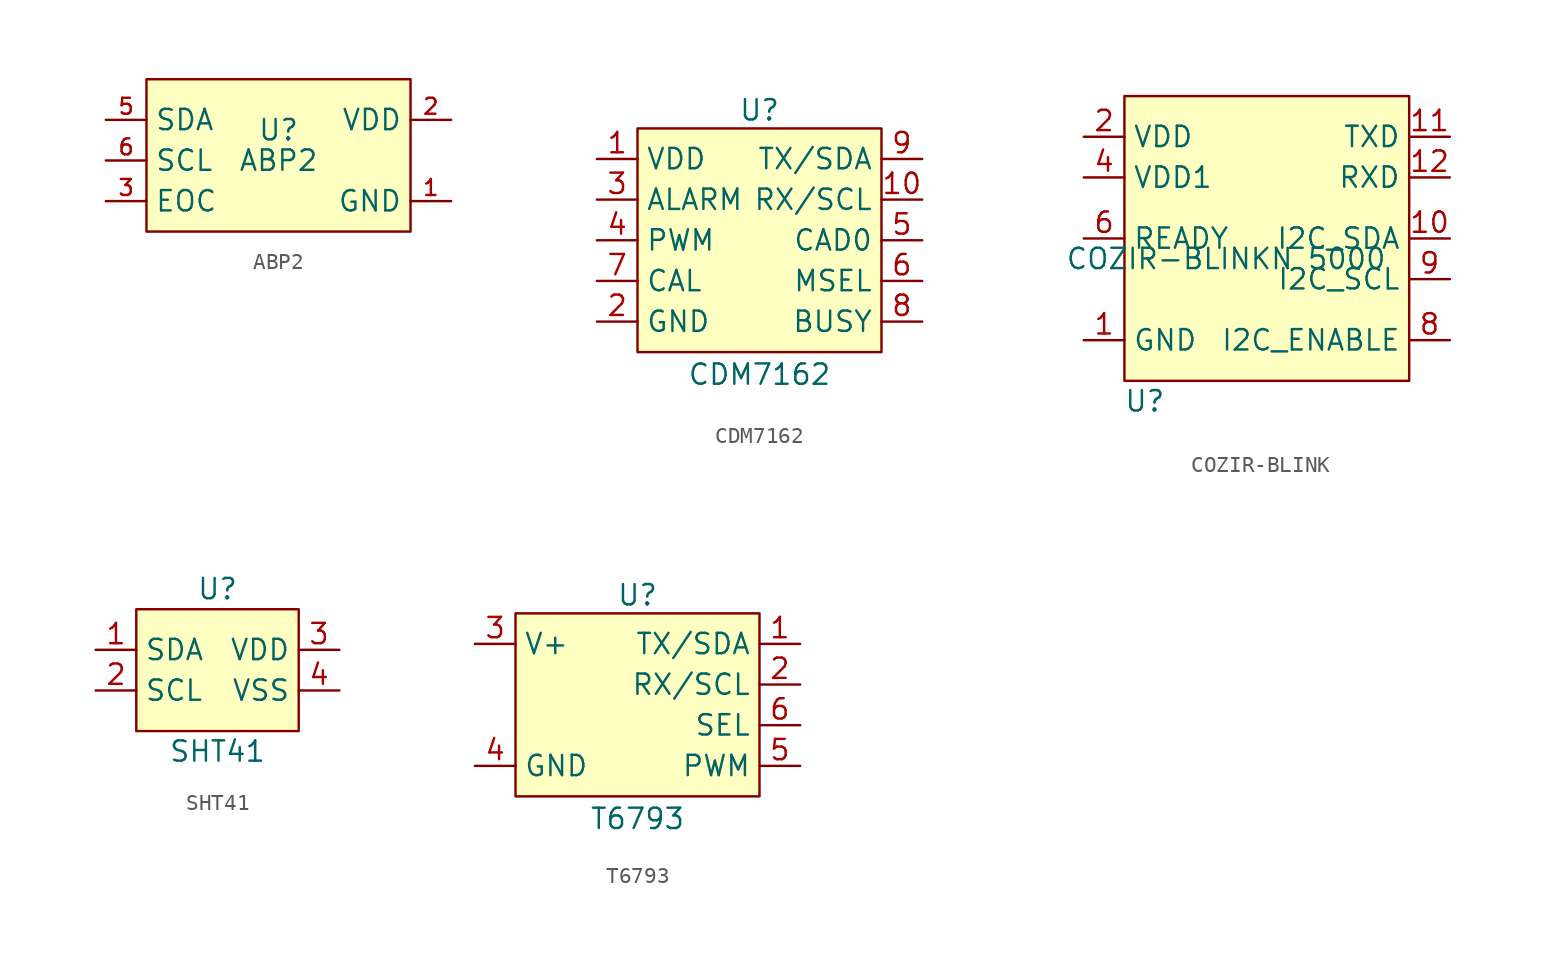
<source format=kicad_sym>
(kicad_symbol_lib
  (version 20231120)
  (generator "kicad_symbol_editor")
  (generator_version "8.0")
  (symbol "ABP2"
    (property "Reference" "U"
      (at 0 1.905 0)
      (effects (font (size 1.27 1.27))))
    (property "Value" "ABP2"
      (at 0 0 0)
      (effects (font (size 1.27 1.27))))
    (symbol "ABP2_1_1"
      (rectangle (start -8.255 5.08) (end 8.255 -4.445) (stroke (width 0) (type default)) (fill (type background)))
      (pin power_in line (at 10.795 -2.54 180) (length 2.54) (name "GND" (effects (font (size 1.27 1.27)))) (number "1" (effects (font (size 1 1)))))
      (pin power_in line (at 10.795 2.54 180) (length 2.54) (name "VDD" (effects (font (size 1.27 1.27)))) (number "2" (effects (font (size 1 1)))))
      (pin output line (at -10.795 -2.54 0) (length 2.54) (name "EOC" (effects (font (size 1.27 1.27)))) (number "3" (effects (font (size 1 1)))))
      (pin bidirectional line (at -10.795 2.54 0) (length 2.54) (name "SDA" (effects (font (size 1.27 1.27)))) (number "5" (effects (font (size 1 1)))))
      (pin input line (at -10.795 0 0) (length 2.54) (name "SCL" (effects (font (size 1.27 1.27)))) (number "6" (effects (font (size 1 1)))))))
  (symbol "CDM7162"
    (property "Reference" "U"
      (at 0 8.128 0)
      (effects (font (size 1.27 1.27))))
    (property "Value" "CDM7162"
      (at 0 -8.382 0)
      (effects (font (size 1.27 1.27))))
    (symbol "CDM7162_1_1"
      (rectangle (start -7.62 6.985) (end 7.62 -6.985) (stroke (width 0) (type default)) (fill (type background)))
      (pin power_in line (at -10.16 5.08 0) (length 2.54) (name "VDD" (effects (font (size 1.27 1.27)))) (number "1" (effects (font (size 1.27 1.27)))))
      (pin input line (at 10.16 2.54 180) (length 2.54) (name "RX/SCL" (effects (font (size 1.27 1.27)))) (number "10" (effects (font (size 1.27 1.27)))))
      (pin power_in line (at -10.16 -5.08 0) (length 2.54) (name "GND" (effects (font (size 1.27 1.27)))) (number "2" (effects (font (size 1.27 1.27)))))
      (pin output line (at -10.16 2.54 0) (length 2.54) (name "ALARM" (effects (font (size 1.27 1.27)))) (number "3" (effects (font (size 1.27 1.27)))))
      (pin output line (at -10.16 0 0) (length 2.54) (name "PWM" (effects (font (size 1.27 1.27)))) (number "4" (effects (font (size 1.27 1.27)))))
      (pin input line (at 10.16 0 180) (length 2.54) (name "CAD0" (effects (font (size 1.27 1.27)))) (number "5" (effects (font (size 1.27 1.27)))))
      (pin input line (at 10.16 -2.54 180) (length 2.54) (name "MSEL" (effects (font (size 1.27 1.27)))) (number "6" (effects (font (size 1.27 1.27)))))
      (pin input line (at -10.16 -2.54 0) (length 2.54) (name "CAL" (effects (font (size 1.27 1.27)))) (number "7" (effects (font (size 1.27 1.27)))))
      (pin output line (at 10.16 -5.08 180) (length 2.54) (name "BUSY" (effects (font (size 1.27 1.27)))) (number "8" (effects (font (size 1.27 1.27)))))
      (pin bidirectional line (at 10.16 5.08 180) (length 2.54) (name "TX/SDA" (effects (font (size 1.27 1.27)))) (number "9" (effects (font (size 1.27 1.27)))))))
  (symbol "COZIR-BLINK"
    (property "Reference" "U"
      (at -7.62 -10.16 0)
      (effects (font (size 1.27 1.27))))
    (property "Value" "COZIR-BLINKN 5000"
      (at -2.54 -1.27 0)
      (effects (font (size 1.27 1.27))))
    (symbol "COZIR-BLINK_1_1"
      (rectangle (start -8.89 8.89) (end 8.89 -8.89) (stroke (width 0) (type default)) (fill (type background)))
      (pin power_in line (at -11.43 -6.35 0) (length 2.54) (name "GND" (effects (font (size 1.27 1.27)))) (number "1" (effects (font (size 1.27 1.27)))))
      (pin open_collector line (at 11.43 0 180) (length 2.54) (name "I2C_SDA" (effects (font (size 1.27 1.27)))) (number "10" (effects (font (size 1.27 1.27)))))
      (pin output line (at 11.43 6.35 180) (length 2.54) (name "TXD" (effects (font (size 1.27 1.27)))) (number "11" (effects (font (size 1.27 1.27)))))
      (pin input line (at 11.43 3.81 180) (length 2.54) (name "RXD" (effects (font (size 1.27 1.27)))) (number "12" (effects (font (size 1.27 1.27)))))
      (pin power_in line (at -11.43 6.35 0) (length 2.54) (name "VDD" (effects (font (size 1.27 1.27)))) (number "2" (effects (font (size 1.27 1.27)))))
      (pin power_in line (at -11.43 3.81 0) (length 2.54) (name "VDD1" (effects (font (size 1.27 1.27)))) (number "4" (effects (font (size 1.27 1.27)))))
      (pin output line (at -11.43 0 0) (length 2.54) (name "READY" (effects (font (size 1.27 1.27)))) (number "6" (effects (font (size 1.27 1.27)))))
      (pin input line (at 11.43 -6.35 180) (length 2.54) (name "I2C_ENABLE" (effects (font (size 1.27 1.27)))) (number "8" (effects (font (size 1.27 1.27)))))
      (pin open_collector line (at 11.43 -2.54 180) (length 2.54) (name "I2C_SCL" (effects (font (size 1.27 1.27)))) (number "9" (effects (font (size 1.27 1.27)))))))
  (symbol "SHT41"
    (property "Reference" "U"
      (at 0 5.08 0)
      (effects (font (size 1.27 1.27))))
    (property "Value" "SHT41"
      (at 0 -5.08 0)
      (effects (font (size 1.27 1.27))))
    (symbol "SHT41_0_1"
      (rectangle (start -5.08 3.81) (end 5.08 -3.81) (stroke (width 0) (type default)) (fill (type background))))
    (symbol "SHT41_1_1"
      (pin bidirectional line (at -7.62 1.27 0) (length 2.54) (name "SDA" (effects (font (size 1.27 1.27)))) (number "1" (effects (font (size 1.27 1.27)))))
      (pin bidirectional line (at -7.62 -1.27 0) (length 2.54) (name "SCL" (effects (font (size 1.27 1.27)))) (number "2" (effects (font (size 1.27 1.27)))))
      (pin power_in line (at 7.62 1.27 180) (length 2.54) (name "VDD" (effects (font (size 1.27 1.27)))) (number "3" (effects (font (size 1.27 1.27)))))
      (pin power_in line (at 7.62 -1.27 180) (length 2.54) (name "VSS" (effects (font (size 1.27 1.27)))) (number "4" (effects (font (size 1.27 1.27)))))))
  (symbol "T6793"
    (property "Reference" "U"
      (at 0 6.858 0)
      (effects (font (size 1.27 1.27))))
    (property "Value" "T6793"
      (at 0 -7.112 0)
      (effects (font (size 1.27 1.27))))
    (symbol "T6793_1_1"
      (rectangle (start -7.62 5.715) (end 7.62 -5.715) (stroke (width 0) (type default)) (fill (type background)))
      (pin bidirectional line (at 10.16 3.81 180) (length 2.54) (name "TX/SDA" (effects (font (size 1.27 1.27)))) (number "1" (effects (font (size 1.27 1.27)))))
      (pin input line (at 10.16 1.27 180) (length 2.54) (name "RX/SCL" (effects (font (size 1.27 1.27)))) (number "2" (effects (font (size 1.27 1.27)))))
      (pin power_in line (at -10.16 3.81 0) (length 2.54) (name "V+" (effects (font (size 1.27 1.27)))) (number "3" (effects (font (size 1.27 1.27)))))
      (pin power_in line (at -10.16 -3.81 0) (length 2.54) (name "GND" (effects (font (size 1.27 1.27)))) (number "4" (effects (font (size 1.27 1.27)))))
      (pin output line (at 10.16 -3.81 180) (length 2.54) (name "PWM" (effects (font (size 1.27 1.27)))) (number "5" (effects (font (size 1.27 1.27)))))
      (pin input line (at 10.16 -1.27 180) (length 2.54) (name "SEL" (effects (font (size 1.27 1.27)))) (number "6" (effects (font (size 1.27 1.27))))))))
</source>
